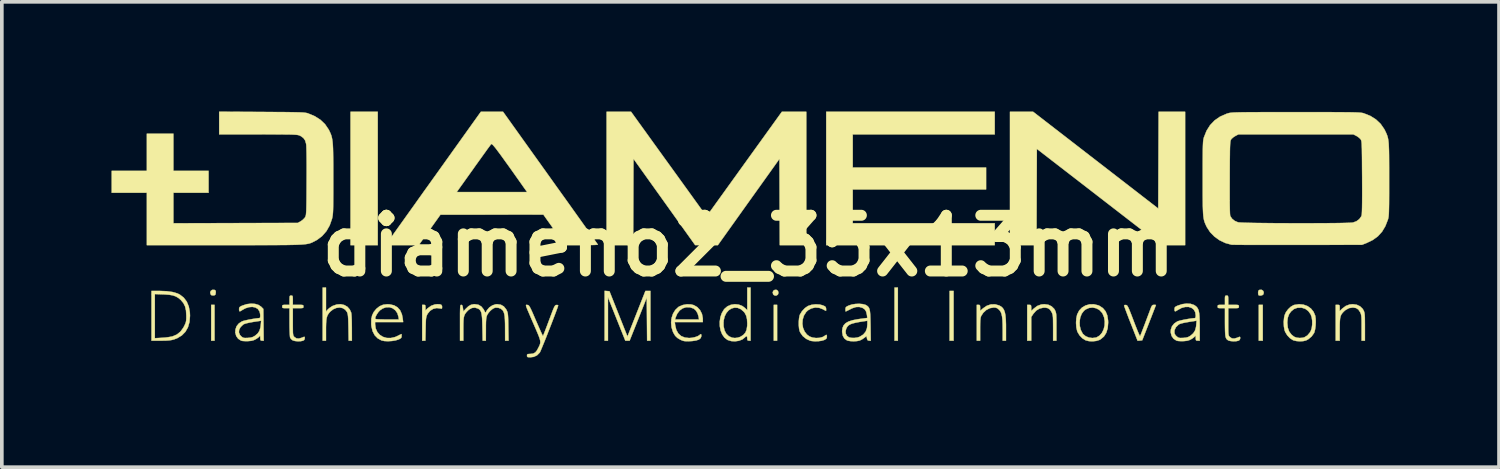
<source format=kicad_pcb>
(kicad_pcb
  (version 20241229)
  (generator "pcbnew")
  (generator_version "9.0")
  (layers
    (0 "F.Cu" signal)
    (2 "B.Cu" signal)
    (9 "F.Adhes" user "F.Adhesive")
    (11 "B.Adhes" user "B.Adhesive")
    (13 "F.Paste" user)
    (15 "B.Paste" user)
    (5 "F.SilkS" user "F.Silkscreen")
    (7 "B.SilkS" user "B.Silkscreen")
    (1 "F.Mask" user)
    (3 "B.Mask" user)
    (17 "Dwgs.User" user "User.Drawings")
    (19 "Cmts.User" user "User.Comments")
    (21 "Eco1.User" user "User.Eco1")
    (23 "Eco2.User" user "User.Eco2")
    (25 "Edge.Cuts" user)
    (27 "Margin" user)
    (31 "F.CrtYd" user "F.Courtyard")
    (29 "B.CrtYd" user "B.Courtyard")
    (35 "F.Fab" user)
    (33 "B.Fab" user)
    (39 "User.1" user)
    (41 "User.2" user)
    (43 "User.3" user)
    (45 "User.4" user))
  (footprint "diameno2_35x13mm"
    (layer "F.Cu")
    (at 17.422 3.672)
    (property "Reference" "diameno2_35x13mm" (at 0 0 0) (layer "F.SilkS") (effects (font (size 1.524 1.524) (thickness 0.3))))
    (attr through_hole)
    (fp_poly (pts (xy -14.605 2.594) (xy -14.696 2.594) (xy -14.696 1.615) (xy -14.605 1.615) (xy -14.605 2.594)) (stroke (width 0.01) (type solid)) (fill yes) (layer "F.SilkS"))
    (fp_poly (pts (xy -10.142 -0.018) (xy -10.886 -0.018) (xy -10.886 -3.665) (xy -10.142 -3.665) (xy -10.142 -0.018)) (stroke (width 0.01) (type solid)) (fill yes) (layer "F.SilkS"))
    (fp_poly (pts (xy 0.78 2.594) (xy 0.689 2.594) (xy 0.689 1.615) (xy 0.78 1.615) (xy 0.78 2.594)) (stroke (width 0.01) (type solid)) (fill yes) (layer "F.SilkS"))
    (fp_poly (pts (xy 4.082 2.594) (xy 3.991 2.594) (xy 3.991 1.143) (xy 4.082 1.143) (xy 4.082 2.594)) (stroke (width 0.01) (type solid)) (fill yes) (layer "F.SilkS"))
    (fp_poly (pts (xy 5.606 2.594) (xy 5.497 2.594) (xy 5.497 1.234) (xy 5.606 1.234) (xy 5.606 2.594)) (stroke (width 0.01) (type solid)) (fill yes) (layer "F.SilkS"))
    (fp_poly (pts (xy 14.061 2.594) (xy 13.952 2.594) (xy 13.952 1.615) (xy 14.061 1.615) (xy 14.061 2.594)) (stroke (width 0.01) (type solid)) (fill yes) (layer "F.SilkS"))
    (fp_poly (pts (xy 0.77 1.206) (xy 0.805 1.237) (xy 0.816 1.288) (xy 0.802 1.332) (xy 0.767 1.358) (xy 0.724 1.362) (xy 0.684 1.342) (xy 0.671 1.324) (xy 0.659 1.272) (xy 0.678 1.228) (xy 0.718 1.205) (xy 0.77 1.206)) (stroke (width 0.01) (type solid)) (fill yes) (layer "F.SilkS"))
    (fp_poly (pts (xy 6.731 -3.048) (xy 2.848 -3.048) (xy 2.848 -2.141) (xy 6.495 -2.141) (xy 6.495 -1.542) (xy 2.848 -1.542) (xy 2.848 -0.617) (xy 6.731 -0.617) (xy 6.731 -0.018) (xy 2.123 -0.018) (xy 2.123 -3.665) (xy 6.731 -3.665) (xy 6.731 -3.048)) (stroke (width 0.01) (type solid)) (fill yes) (layer "F.SilkS"))
    (fp_poly (pts (xy -14.604 1.207) (xy -14.579 1.222) (xy -14.571 1.254) (xy -14.572 1.285) (xy -14.579 1.33) (xy -14.598 1.35) (xy -14.636 1.357) (xy -14.684 1.354) (xy -14.712 1.328) (xy -14.712 1.328) (xy -14.724 1.275) (xy -14.707 1.232) (xy -14.668 1.205) (xy -14.614 1.204) (xy -14.604 1.207)) (stroke (width 0.01) (type solid)) (fill yes) (layer "F.SilkS"))
    (fp_poly (pts (xy 9.492 -2.342) (xy 11.203 -1.019) (xy 11.208 -2.342) (xy 11.213 -3.665) (xy 11.938 -3.665) (xy 11.938 -0.018) (xy 11.29 -0.018) (xy 9.586 -1.335) (xy 7.883 -2.651) (xy 7.878 -1.335) (xy 7.874 -0.018) (xy 7.148 -0.018) (xy 7.148 -3.665) (xy 7.781 -3.665) (xy 9.492 -2.342)) (stroke (width 0.01) (type solid)) (fill yes) (layer "F.SilkS"))
    (fp_poly (pts (xy 14.067 1.226) (xy 14.088 1.268) (xy 14.081 1.319) (xy 14.077 1.327) (xy 14.048 1.35) (xy 14.003 1.361) (xy 13.96 1.357) (xy 13.946 1.349) (xy 13.937 1.324) (xy 13.934 1.28) (xy 13.934 1.277) (xy 13.941 1.23) (xy 13.967 1.208) (xy 13.97 1.206) (xy 14.026 1.203) (xy 14.067 1.226)) (stroke (width 0.01) (type solid)) (fill yes) (layer "F.SilkS"))
    (fp_poly (pts (xy -3.871 1.237) (xy -3.805 1.243) (xy -3.559 1.862) (xy -3.313 2.481) (xy -3.067 1.858) (xy -2.821 1.234) (xy -2.753 1.234) (xy -2.685 1.234) (xy -2.685 2.594) (xy -2.775 2.594) (xy -2.78 2.005) (xy -2.785 1.416) (xy -3.019 2.005) (xy -3.254 2.594) (xy -3.371 2.594) (xy -3.609 2) (xy -3.846 1.406) (xy -3.846 2) (xy -3.846 2.594) (xy -3.937 2.594) (xy -3.937 1.232) (xy -3.871 1.237)) (stroke (width 0.01) (type solid)) (fill yes) (layer "F.SilkS"))
    (fp_poly (pts (xy -3.106 -3.515) (xy -3.079 -3.478) (xy -3.033 -3.413) (xy -2.969 -3.325) (xy -2.889 -3.214) (xy -2.794 -3.083) (xy -2.688 -2.935) (xy -2.571 -2.773) (xy -2.445 -2.598) (xy -2.312 -2.414) (xy -2.173 -2.222) (xy -2.074 -2.085) (xy -1.15 -0.804) (xy -0.12 -2.235) (xy 0.91 -3.665) (xy 1.578 -3.665) (xy 1.578 -0.018) (xy 0.853 -0.018) (xy 0.848 -1.198) (xy 0.844 -2.377) (xy 0.001 -1.198) (xy -0.841 -0.018) (xy -1.151 -0.019) (xy -1.461 -0.019) (xy -2.304 -1.199) (xy -3.148 -2.379) (xy -3.152 -1.199) (xy -3.157 -0.018) (xy -3.883 -0.018) (xy -3.883 -3.665) (xy -3.214 -3.665) (xy -3.106 -3.515)) (stroke (width 0.01) (type solid)) (fill yes) (layer "F.SilkS"))
    (fp_poly (pts (xy -8.442 1.6) (xy -8.402 1.615) (xy -8.385 1.643) (xy -8.382 1.673) (xy -8.385 1.71) (xy -8.401 1.72) (xy -8.432 1.713) (xy -8.53 1.702) (xy -8.625 1.724) (xy -8.709 1.776) (xy -8.776 1.856) (xy -8.785 1.873) (xy -8.8 1.904) (xy -8.811 1.937) (xy -8.819 1.977) (xy -8.825 2.031) (xy -8.828 2.105) (xy -8.831 2.206) (xy -8.832 2.272) (xy -8.839 2.594) (xy -8.926 2.594) (xy -8.926 1.615) (xy -8.881 1.615) (xy -8.852 1.618) (xy -8.839 1.636) (xy -8.836 1.678) (xy -8.836 1.691) (xy -8.836 1.767) (xy -8.777 1.71) (xy -8.684 1.642) (xy -8.58 1.604) (xy -8.511 1.597) (xy -8.442 1.6)) (stroke (width 0.01) (type solid)) (fill yes) (layer "F.SilkS"))
    (fp_poly (pts (xy -11.557 1.799) (xy -11.511 1.745) (xy -11.468 1.705) (xy -11.408 1.664) (xy -11.372 1.643) (xy -11.262 1.605) (xy -11.155 1.597) (xy -11.057 1.619) (xy -10.972 1.667) (xy -10.907 1.741) (xy -10.868 1.828) (xy -10.862 1.868) (xy -10.857 1.936) (xy -10.853 2.027) (xy -10.851 2.133) (xy -10.85 2.245) (xy -10.849 2.594) (xy -10.937 2.594) (xy -10.943 2.236) (xy -10.946 2.107) (xy -10.949 2.009) (xy -10.954 1.937) (xy -10.96 1.884) (xy -10.969 1.846) (xy -10.98 1.817) (xy -10.981 1.813) (xy -11.033 1.745) (xy -11.103 1.703) (xy -11.185 1.687) (xy -11.273 1.699) (xy -11.36 1.736) (xy -11.441 1.8) (xy -11.465 1.827) (xy -11.497 1.87) (xy -11.521 1.914) (xy -11.537 1.966) (xy -11.548 2.032) (xy -11.554 2.118) (xy -11.557 2.23) (xy -11.557 2.309) (xy -11.557 2.594) (xy -11.648 2.594) (xy -11.648 1.143) (xy -11.557 1.143) (xy -11.557 1.799)) (stroke (width 0.01) (type solid)) (fill yes) (layer "F.SilkS"))
    (fp_poly (pts (xy 8.195 1.612) (xy 8.286 1.655) (xy 8.356 1.723) (xy 8.377 1.759) (xy 8.391 1.788) (xy 8.401 1.818) (xy 8.409 1.853) (xy 8.414 1.9) (xy 8.416 1.964) (xy 8.418 2.051) (xy 8.418 2.167) (xy 8.418 2.217) (xy 8.418 2.594) (xy 8.328 2.594) (xy 8.328 2.244) (xy 8.327 2.122) (xy 8.326 2.03) (xy 8.324 1.962) (xy 8.319 1.913) (xy 8.312 1.876) (xy 8.301 1.845) (xy 8.287 1.814) (xy 8.287 1.814) (xy 8.242 1.745) (xy 8.187 1.706) (xy 8.115 1.691) (xy 8.061 1.692) (xy 7.956 1.716) (xy 7.866 1.771) (xy 7.787 1.86) (xy 7.783 1.867) (xy 7.729 1.948) (xy 7.729 2.594) (xy 7.62 2.594) (xy 7.62 1.615) (xy 7.674 1.615) (xy 7.707 1.617) (xy 7.723 1.63) (xy 7.728 1.663) (xy 7.729 1.7) (xy 7.729 1.785) (xy 7.797 1.719) (xy 7.895 1.645) (xy 8.002 1.605) (xy 8.087 1.597) (xy 8.195 1.612)) (stroke (width 0.01) (type solid)) (fill yes) (layer "F.SilkS"))
    (fp_poly (pts (xy 6.85 1.631) (xy 6.851 1.631) (xy 6.906 1.661) (xy 6.949 1.7) (xy 6.982 1.75) (xy 7.007 1.817) (xy 7.024 1.904) (xy 7.034 2.016) (xy 7.039 2.157) (xy 7.039 2.279) (xy 7.039 2.594) (xy 6.949 2.594) (xy 6.949 2.296) (xy 6.947 2.147) (xy 6.942 2.028) (xy 6.932 1.936) (xy 6.917 1.865) (xy 6.896 1.81) (xy 6.867 1.767) (xy 6.848 1.747) (xy 6.803 1.708) (xy 6.757 1.691) (xy 6.705 1.687) (xy 6.599 1.705) (xy 6.502 1.754) (xy 6.418 1.831) (xy 6.361 1.918) (xy 6.35 1.947) (xy 6.342 1.988) (xy 6.336 2.045) (xy 6.333 2.124) (xy 6.332 2.232) (xy 6.332 2.285) (xy 6.332 2.594) (xy 6.241 2.594) (xy 6.241 1.615) (xy 6.286 1.615) (xy 6.314 1.618) (xy 6.328 1.634) (xy 6.332 1.673) (xy 6.332 1.698) (xy 6.332 1.781) (xy 6.412 1.71) (xy 6.515 1.64) (xy 6.626 1.603) (xy 6.739 1.6) (xy 6.85 1.631)) (stroke (width 0.01) (type solid)) (fill yes) (layer "F.SilkS"))
    (fp_poly (pts (xy 16.631 1.612) (xy 16.722 1.655) (xy 16.792 1.723) (xy 16.814 1.759) (xy 16.828 1.788) (xy 16.838 1.818) (xy 16.845 1.853) (xy 16.85 1.9) (xy 16.853 1.964) (xy 16.854 2.051) (xy 16.855 2.167) (xy 16.855 2.217) (xy 16.855 2.594) (xy 16.764 2.594) (xy 16.764 2.244) (xy 16.764 2.122) (xy 16.763 2.03) (xy 16.76 1.962) (xy 16.755 1.913) (xy 16.748 1.876) (xy 16.738 1.845) (xy 16.724 1.814) (xy 16.723 1.814) (xy 16.675 1.742) (xy 16.613 1.702) (xy 16.532 1.688) (xy 16.523 1.688) (xy 16.42 1.704) (xy 16.325 1.756) (xy 16.277 1.798) (xy 16.239 1.839) (xy 16.21 1.879) (xy 16.19 1.924) (xy 16.177 1.98) (xy 16.17 2.054) (xy 16.166 2.151) (xy 16.165 2.279) (xy 16.165 2.285) (xy 16.165 2.594) (xy 16.056 2.594) (xy 16.056 1.615) (xy 16.111 1.615) (xy 16.144 1.617) (xy 16.16 1.63) (xy 16.165 1.663) (xy 16.165 1.7) (xy 16.165 1.785) (xy 16.233 1.719) (xy 16.331 1.645) (xy 16.438 1.605) (xy 16.524 1.597) (xy 16.631 1.612)) (stroke (width 0.01) (type solid)) (fill yes) (layer "F.SilkS"))
    (fp_poly (pts (xy 11.125 1.616) (xy 11.14 1.619) (xy 11.133 1.637) (xy 11.115 1.684) (xy 11.087 1.756) (xy 11.051 1.849) (xy 11.009 1.958) (xy 10.961 2.08) (xy 10.952 2.105) (xy 10.764 2.585) (xy 10.701 2.591) (xy 10.638 2.596) (xy 10.454 2.127) (xy 10.405 2.004) (xy 10.362 1.891) (xy 10.325 1.793) (xy 10.296 1.715) (xy 10.277 1.661) (xy 10.269 1.636) (xy 10.269 1.635) (xy 10.284 1.619) (xy 10.318 1.618) (xy 10.333 1.622) (xy 10.348 1.631) (xy 10.363 1.649) (xy 10.381 1.682) (xy 10.404 1.731) (xy 10.433 1.803) (xy 10.471 1.899) (xy 10.519 2.025) (xy 10.53 2.054) (xy 10.575 2.171) (xy 10.616 2.274) (xy 10.651 2.36) (xy 10.679 2.424) (xy 10.698 2.463) (xy 10.705 2.472) (xy 10.715 2.451) (xy 10.735 2.402) (xy 10.763 2.33) (xy 10.798 2.239) (xy 10.838 2.135) (xy 10.849 2.105) (xy 10.891 1.994) (xy 10.93 1.89) (xy 10.964 1.8) (xy 10.99 1.731) (xy 11.006 1.687) (xy 11.008 1.683) (xy 11.031 1.637) (xy 11.057 1.618) (xy 11.087 1.615) (xy 11.125 1.616)) (stroke (width 0.01) (type solid)) (fill yes) (layer "F.SilkS"))
    (fp_poly (pts (xy -16.106 1.234) (xy -15.913 1.242) (xy -15.752 1.264) (xy -15.624 1.301) (xy -15.557 1.333) (xy -15.448 1.417) (xy -15.366 1.525) (xy -15.31 1.658) (xy -15.281 1.814) (xy -15.276 1.913) (xy -15.29 2.082) (xy -15.332 2.228) (xy -15.402 2.351) (xy -15.499 2.45) (xy -15.624 2.526) (xy -15.716 2.561) (xy -15.775 2.576) (xy -15.843 2.586) (xy -15.927 2.592) (xy -16.036 2.594) (xy -16.076 2.594) (xy -16.329 2.594) (xy -16.329 2.527) (xy -16.238 2.527) (xy -16.043 2.516) (xy -15.95 2.509) (xy -15.86 2.497) (xy -15.785 2.484) (xy -15.753 2.477) (xy -15.635 2.426) (xy -15.538 2.348) (xy -15.459 2.241) (xy -15.44 2.205) (xy -15.41 2.144) (xy -15.391 2.095) (xy -15.381 2.046) (xy -15.377 1.985) (xy -15.377 1.907) (xy -15.385 1.77) (xy -15.41 1.66) (xy -15.456 1.567) (xy -15.524 1.485) (xy -15.527 1.482) (xy -15.593 1.426) (xy -15.663 1.385) (xy -15.744 1.356) (xy -15.845 1.339) (xy -15.972 1.329) (xy -16.007 1.328) (xy -16.238 1.32) (xy -16.238 2.527) (xy -16.329 2.527) (xy -16.329 1.234) (xy -16.106 1.234)) (stroke (width 0.01) (type solid)) (fill yes) (layer "F.SilkS"))
    (fp_poly (pts (xy 1.946 1.607) (xy 2.023 1.627) (xy 2.077 1.65) (xy 2.105 1.671) (xy 2.117 1.701) (xy 2.119 1.719) (xy 2.121 1.759) (xy 2.117 1.778) (xy 2.117 1.778) (xy 2.097 1.77) (xy 2.058 1.749) (xy 2.029 1.733) (xy 1.928 1.695) (xy 1.821 1.688) (xy 1.717 1.712) (xy 1.624 1.764) (xy 1.573 1.813) (xy 1.512 1.91) (xy 1.479 2.018) (xy 1.471 2.131) (xy 1.488 2.241) (xy 1.53 2.342) (xy 1.594 2.426) (xy 1.669 2.481) (xy 1.75 2.51) (xy 1.845 2.522) (xy 1.94 2.517) (xy 2.023 2.495) (xy 2.066 2.472) (xy 2.11 2.441) (xy 2.132 2.435) (xy 2.14 2.455) (xy 2.141 2.486) (xy 2.136 2.523) (xy 2.115 2.549) (xy 2.07 2.574) (xy 2.064 2.577) (xy 1.996 2.597) (xy 1.907 2.609) (xy 1.812 2.611) (xy 1.727 2.604) (xy 1.687 2.596) (xy 1.576 2.545) (xy 1.483 2.47) (xy 1.415 2.376) (xy 1.394 2.328) (xy 1.38 2.26) (xy 1.372 2.172) (xy 1.372 2.075) (xy 1.38 1.983) (xy 1.394 1.908) (xy 1.403 1.883) (xy 1.461 1.788) (xy 1.54 1.704) (xy 1.622 1.647) (xy 1.72 1.614) (xy 1.833 1.6) (xy 1.946 1.607)) (stroke (width 0.01) (type solid)) (fill yes) (layer "F.SilkS"))
    (fp_poly (pts (xy 9.56 1.627) (xy 9.591 1.64) (xy 9.689 1.704) (xy 9.762 1.791) (xy 9.809 1.903) (xy 9.831 2.041) (xy 9.833 2.104) (xy 9.82 2.254) (xy 9.781 2.38) (xy 9.717 2.481) (xy 9.627 2.556) (xy 9.592 2.575) (xy 9.509 2.601) (xy 9.409 2.612) (xy 9.308 2.607) (xy 9.222 2.586) (xy 9.217 2.584) (xy 9.128 2.529) (xy 9.051 2.449) (xy 8.995 2.356) (xy 8.986 2.333) (xy 8.963 2.229) (xy 8.955 2.109) (xy 8.957 2.073) (xy 9.052 2.073) (xy 9.057 2.19) (xy 9.084 2.301) (xy 9.135 2.399) (xy 9.148 2.415) (xy 9.216 2.472) (xy 9.305 2.509) (xy 9.402 2.522) (xy 9.498 2.51) (xy 9.519 2.503) (xy 9.6 2.454) (xy 9.664 2.379) (xy 9.71 2.284) (xy 9.736 2.178) (xy 9.74 2.066) (xy 9.722 1.956) (xy 9.68 1.854) (xy 9.665 1.831) (xy 9.594 1.755) (xy 9.506 1.708) (xy 9.41 1.688) (xy 9.311 1.699) (xy 9.219 1.739) (xy 9.173 1.775) (xy 9.111 1.856) (xy 9.07 1.959) (xy 9.052 2.073) (xy 8.957 2.073) (xy 8.962 1.988) (xy 8.984 1.883) (xy 8.987 1.875) (xy 9.04 1.771) (xy 9.118 1.689) (xy 9.215 1.632) (xy 9.325 1.601) (xy 9.442 1.599) (xy 9.56 1.627)) (stroke (width 0.01) (type solid)) (fill yes) (layer "F.SilkS"))
    (fp_poly (pts (xy -1.575 1.603) (xy -1.5 1.622) (xy -1.403 1.677) (xy -1.328 1.759) (xy -1.276 1.861) (xy -1.253 1.977) (xy -1.252 2.007) (xy -1.252 2.086) (xy -2.019 2.086) (xy -2.006 2.18) (xy -1.976 2.303) (xy -1.921 2.399) (xy -1.844 2.468) (xy -1.743 2.509) (xy -1.628 2.522) (xy -1.549 2.516) (xy -1.469 2.499) (xy -1.399 2.475) (xy -1.35 2.448) (xy -1.341 2.439) (xy -1.312 2.415) (xy -1.295 2.424) (xy -1.291 2.466) (xy -1.292 2.472) (xy -1.311 2.524) (xy -1.358 2.563) (xy -1.435 2.589) (xy -1.544 2.605) (xy -1.606 2.608) (xy -1.689 2.61) (xy -1.749 2.607) (xy -1.796 2.597) (xy -1.843 2.578) (xy -1.86 2.571) (xy -1.946 2.52) (xy -2.008 2.46) (xy -2.057 2.378) (xy -2.069 2.352) (xy -2.108 2.227) (xy -2.119 2.098) (xy -2.11 2.014) (xy -2.011 2.014) (xy -1.356 2.014) (xy -1.368 1.938) (xy -1.394 1.85) (xy -1.437 1.775) (xy -1.492 1.723) (xy -1.503 1.716) (xy -1.607 1.681) (xy -1.708 1.68) (xy -1.803 1.71) (xy -1.886 1.77) (xy -1.952 1.857) (xy -1.997 1.963) (xy -2.011 2.014) (xy -2.11 2.014) (xy -2.105 1.972) (xy -2.066 1.855) (xy -2.004 1.754) (xy -1.921 1.675) (xy -1.897 1.66) (xy -1.798 1.619) (xy -1.686 1.599) (xy -1.575 1.603)) (stroke (width 0.01) (type solid)) (fill yes) (layer "F.SilkS"))
    (fp_poly (pts (xy 0.054 2.594) (xy 0.009 2.594) (xy -0.022 2.59) (xy -0.034 2.568) (xy -0.036 2.531) (xy -0.041 2.483) (xy -0.057 2.47) (xy -0.086 2.49) (xy -0.102 2.506) (xy -0.172 2.561) (xy -0.265 2.597) (xy -0.368 2.612) (xy -0.473 2.606) (xy -0.569 2.577) (xy -0.582 2.57) (xy -0.661 2.509) (xy -0.722 2.423) (xy -0.765 2.317) (xy -0.787 2.2) (xy -0.79 2.077) (xy -0.788 2.067) (xy -0.685 2.067) (xy -0.684 2.199) (xy -0.659 2.312) (xy -0.611 2.404) (xy -0.542 2.472) (xy -0.455 2.512) (xy -0.376 2.522) (xy -0.3 2.513) (xy -0.229 2.491) (xy -0.222 2.487) (xy -0.142 2.436) (xy -0.087 2.374) (xy -0.054 2.294) (xy -0.038 2.19) (xy -0.036 2.123) (xy -0.043 2.006) (xy -0.065 1.913) (xy -0.104 1.837) (xy -0.132 1.802) (xy -0.212 1.733) (xy -0.298 1.697) (xy -0.384 1.691) (xy -0.468 1.714) (xy -0.544 1.763) (xy -0.608 1.837) (xy -0.656 1.933) (xy -0.683 2.049) (xy -0.685 2.067) (xy -0.788 2.067) (xy -0.772 1.954) (xy -0.732 1.839) (xy -0.671 1.738) (xy -0.661 1.726) (xy -0.58 1.656) (xy -0.482 1.613) (xy -0.375 1.597) (xy -0.268 1.609) (xy -0.168 1.648) (xy -0.1 1.7) (xy -0.036 1.762) (xy -0.036 1.143) (xy 0.054 1.143) (xy 0.054 2.594)) (stroke (width 0.01) (type solid)) (fill yes) (layer "F.SilkS"))
    (fp_poly (pts (xy 15.174 1.609) (xy 15.285 1.649) (xy 15.379 1.716) (xy 15.451 1.806) (xy 15.496 1.912) (xy 15.508 1.99) (xy 15.511 2.085) (xy 15.506 2.187) (xy 15.493 2.283) (xy 15.474 2.36) (xy 15.462 2.388) (xy 15.397 2.479) (xy 15.309 2.553) (xy 15.245 2.588) (xy 15.171 2.606) (xy 15.079 2.612) (xy 14.985 2.605) (xy 14.903 2.586) (xy 14.885 2.578) (xy 14.804 2.525) (xy 14.731 2.448) (xy 14.676 2.358) (xy 14.657 2.308) (xy 14.639 2.204) (xy 14.635 2.105) (xy 14.732 2.105) (xy 14.745 2.238) (xy 14.784 2.347) (xy 14.851 2.434) (xy 14.922 2.488) (xy 14.987 2.512) (xy 15.07 2.521) (xy 15.154 2.515) (xy 15.198 2.503) (xy 15.281 2.452) (xy 15.352 2.368) (xy 15.373 2.331) (xy 15.4 2.253) (xy 15.413 2.155) (xy 15.413 2.05) (xy 15.399 1.952) (xy 15.371 1.874) (xy 15.306 1.784) (xy 15.222 1.722) (xy 15.123 1.692) (xy 15.114 1.692) (xy 15.006 1.695) (xy 14.915 1.729) (xy 14.835 1.795) (xy 14.834 1.796) (xy 14.778 1.876) (xy 14.745 1.968) (xy 14.732 2.081) (xy 14.732 2.105) (xy 14.635 2.105) (xy 14.634 2.085) (xy 14.644 1.968) (xy 14.659 1.897) (xy 14.696 1.814) (xy 14.755 1.735) (xy 14.826 1.668) (xy 14.901 1.624) (xy 14.922 1.617) (xy 15.052 1.597) (xy 15.174 1.609)) (stroke (width 0.01) (type solid)) (fill yes) (layer "F.SilkS"))
    (fp_poly (pts (xy -12.486 1.363) (xy -12.472 1.373) (xy -12.466 1.401) (xy -12.464 1.454) (xy -12.464 1.488) (xy -12.464 1.615) (xy -12.319 1.615) (xy -12.247 1.615) (xy -12.204 1.618) (xy -12.182 1.626) (xy -12.175 1.641) (xy -12.174 1.66) (xy -12.175 1.683) (xy -12.185 1.696) (xy -12.21 1.703) (xy -12.258 1.705) (xy -12.319 1.705) (xy -12.464 1.705) (xy -12.464 2.078) (xy -12.464 2.203) (xy -12.463 2.297) (xy -12.462 2.366) (xy -12.458 2.413) (xy -12.452 2.445) (xy -12.444 2.466) (xy -12.432 2.482) (xy -12.42 2.495) (xy -12.365 2.531) (xy -12.3 2.537) (xy -12.219 2.514) (xy -12.216 2.513) (xy -12.169 2.493) (xy -12.145 2.489) (xy -12.138 2.502) (xy -12.138 2.531) (xy -12.151 2.573) (xy -12.184 2.595) (xy -12.247 2.608) (xy -12.325 2.611) (xy -12.403 2.604) (xy -12.463 2.587) (xy -12.47 2.584) (xy -12.512 2.549) (xy -12.538 2.511) (xy -12.543 2.479) (xy -12.547 2.418) (xy -12.551 2.332) (xy -12.554 2.229) (xy -12.555 2.114) (xy -12.555 2.085) (xy -12.555 1.705) (xy -12.655 1.705) (xy -12.712 1.704) (xy -12.742 1.698) (xy -12.753 1.683) (xy -12.754 1.66) (xy -12.752 1.634) (xy -12.738 1.621) (xy -12.704 1.615) (xy -12.655 1.615) (xy -12.555 1.615) (xy -12.555 1.488) (xy -12.554 1.421) (xy -12.55 1.383) (xy -12.54 1.366) (xy -12.522 1.361) (xy -12.509 1.361) (xy -12.486 1.363)) (stroke (width 0.01) (type solid)) (fill yes) (layer "F.SilkS"))
    (fp_poly (pts (xy -9.812 1.602) (xy -9.696 1.628) (xy -9.601 1.683) (xy -9.529 1.766) (xy -9.481 1.875) (xy -9.46 1.982) (xy -9.447 2.086) (xy -10.214 2.086) (xy -10.214 2.145) (xy -10.198 2.261) (xy -10.154 2.358) (xy -10.086 2.435) (xy -9.999 2.49) (xy -9.897 2.52) (xy -9.785 2.522) (xy -9.667 2.495) (xy -9.605 2.468) (xy -9.55 2.44) (xy -9.51 2.421) (xy -9.493 2.413) (xy -9.49 2.429) (xy -9.489 2.467) (xy -9.489 2.468) (xy -9.493 2.503) (xy -9.511 2.528) (xy -9.552 2.552) (xy -9.575 2.562) (xy -9.654 2.587) (xy -9.753 2.603) (xy -9.858 2.609) (xy -9.956 2.605) (xy -10.034 2.589) (xy -10.04 2.587) (xy -10.143 2.53) (xy -10.225 2.446) (xy -10.282 2.337) (xy -10.314 2.205) (xy -10.32 2.148) (xy -10.318 2.014) (xy -10.314 1.991) (xy -10.214 1.991) (xy -10.205 2) (xy -10.177 2.006) (xy -10.124 2.01) (xy -10.044 2.013) (xy -9.933 2.014) (xy -9.889 2.014) (xy -9.564 2.014) (xy -9.574 1.946) (xy -9.605 1.843) (xy -9.661 1.763) (xy -9.734 1.708) (xy -9.82 1.68) (xy -9.913 1.681) (xy -10.007 1.714) (xy -10.081 1.765) (xy -10.128 1.816) (xy -10.17 1.879) (xy -10.202 1.941) (xy -10.214 1.991) (xy -10.314 1.991) (xy -10.296 1.904) (xy -10.251 1.81) (xy -10.18 1.724) (xy -10.091 1.653) (xy -9.994 1.612) (xy -9.881 1.598) (xy -9.812 1.602)) (stroke (width 0.01) (type solid)) (fill yes) (layer "F.SilkS"))
    (fp_poly (pts (xy 13.096 1.363) (xy 13.109 1.373) (xy 13.115 1.401) (xy 13.117 1.454) (xy 13.117 1.488) (xy 13.117 1.615) (xy 13.262 1.615) (xy 13.334 1.615) (xy 13.378 1.618) (xy 13.399 1.626) (xy 13.407 1.641) (xy 13.408 1.66) (xy 13.406 1.683) (xy 13.396 1.696) (xy 13.371 1.703) (xy 13.324 1.705) (xy 13.262 1.705) (xy 13.117 1.705) (xy 13.117 2.078) (xy 13.117 2.203) (xy 13.118 2.297) (xy 13.12 2.366) (xy 13.123 2.413) (xy 13.129 2.445) (xy 13.137 2.466) (xy 13.149 2.482) (xy 13.162 2.495) (xy 13.216 2.531) (xy 13.281 2.537) (xy 13.363 2.514) (xy 13.365 2.513) (xy 13.413 2.493) (xy 13.436 2.489) (xy 13.443 2.502) (xy 13.444 2.531) (xy 13.431 2.573) (xy 13.397 2.595) (xy 13.338 2.608) (xy 13.264 2.611) (xy 13.19 2.606) (xy 13.132 2.593) (xy 13.119 2.587) (xy 13.091 2.569) (xy 13.069 2.547) (xy 13.053 2.516) (xy 13.041 2.472) (xy 13.034 2.41) (xy 13.03 2.326) (xy 13.028 2.213) (xy 13.027 2.091) (xy 13.027 1.705) (xy 12.927 1.705) (xy 12.87 1.704) (xy 12.84 1.698) (xy 12.829 1.683) (xy 12.827 1.66) (xy 12.83 1.634) (xy 12.843 1.621) (xy 12.877 1.615) (xy 12.927 1.615) (xy 13.027 1.615) (xy 13.027 1.488) (xy 13.027 1.421) (xy 13.031 1.383) (xy 13.041 1.366) (xy 13.06 1.361) (xy 13.072 1.361) (xy 13.096 1.363)) (stroke (width 0.01) (type solid)) (fill yes) (layer "F.SilkS"))
    (fp_poly (pts (xy -5.421 -1.856) (xy -5.258 -1.627) (xy -5.1 -1.407) (xy -4.949 -1.196) (xy -4.807 -0.997) (xy -4.675 -0.812) (xy -4.554 -0.642) (xy -4.445 -0.489) (xy -4.349 -0.355) (xy -4.269 -0.242) (xy -4.205 -0.151) (xy -4.158 -0.085) (xy -4.13 -0.045) (xy -4.121 -0.033) (xy -4.137 -0.029) (xy -4.184 -0.025) (xy -4.258 -0.022) (xy -4.354 -0.02) (xy -4.467 -0.018) (xy -4.566 -0.018) (xy -5.017 -0.018) (xy -5.315 -0.435) (xy -5.612 -0.853) (xy -7.02 -0.852) (xy -8.427 -0.851) (xy -8.724 -0.435) (xy -9.021 -0.018) (xy -9.925 -0.018) (xy -9.884 -0.079) (xy -9.868 -0.101) (xy -9.833 -0.151) (xy -9.779 -0.227) (xy -9.708 -0.326) (xy -9.621 -0.448) (xy -9.52 -0.589) (xy -9.406 -0.749) (xy -9.28 -0.925) (xy -9.144 -1.115) (xy -9 -1.318) (xy -8.891 -1.47) (xy -7.982 -1.47) (xy -6.057 -1.47) (xy -6.145 -1.593) (xy -6.3 -1.813) (xy -6.436 -2.005) (xy -6.554 -2.171) (xy -6.656 -2.312) (xy -6.741 -2.431) (xy -6.813 -2.529) (xy -6.872 -2.608) (xy -6.919 -2.67) (xy -6.957 -2.716) (xy -6.986 -2.749) (xy -7.007 -2.77) (xy -7.023 -2.781) (xy -7.034 -2.784) (xy -7.041 -2.78) (xy -7.041 -2.779) (xy -7.058 -2.758) (xy -7.093 -2.711) (xy -7.145 -2.641) (xy -7.21 -2.55) (xy -7.287 -2.443) (xy -7.374 -2.322) (xy -7.468 -2.191) (xy -7.526 -2.109) (xy -7.982 -1.47) (xy -8.891 -1.47) (xy -8.847 -1.532) (xy -8.688 -1.754) (xy -8.582 -1.902) (xy -7.322 -3.665) (xy -6.715 -3.665) (xy -5.421 -1.856)) (stroke (width 0.01) (type solid)) (fill yes) (layer "F.SilkS"))
    (fp_poly (pts (xy -6.056 1.617) (xy -6.048 1.618) (xy -6.031 1.621) (xy -6.016 1.63) (xy -5.999 1.648) (xy -5.98 1.68) (xy -5.955 1.728) (xy -5.923 1.797) (xy -5.882 1.891) (xy -5.829 2.014) (xy -5.815 2.046) (xy -5.765 2.16) (xy -5.72 2.263) (xy -5.681 2.35) (xy -5.651 2.415) (xy -5.631 2.456) (xy -5.624 2.467) (xy -5.616 2.451) (xy -5.597 2.405) (xy -5.569 2.334) (xy -5.534 2.243) (xy -5.494 2.136) (xy -5.46 2.045) (xy -5.411 1.915) (xy -5.373 1.814) (xy -5.344 1.739) (xy -5.321 1.687) (xy -5.303 1.653) (xy -5.288 1.632) (xy -5.273 1.622) (xy -5.258 1.618) (xy -5.256 1.618) (xy -5.22 1.62) (xy -5.207 1.63) (xy -5.213 1.654) (xy -5.232 1.708) (xy -5.26 1.785) (xy -5.296 1.882) (xy -5.339 1.994) (xy -5.386 2.117) (xy -5.436 2.245) (xy -5.487 2.375) (xy -5.536 2.501) (xy -5.583 2.618) (xy -5.626 2.723) (xy -5.662 2.81) (xy -5.689 2.875) (xy -5.707 2.913) (xy -5.711 2.92) (xy -5.786 2.995) (xy -5.876 3.037) (xy -5.963 3.048) (xy -6.019 3.047) (xy -6.048 3.04) (xy -6.058 3.024) (xy -6.06 3.003) (xy -6.057 2.975) (xy -6.041 2.962) (xy -6.003 2.958) (xy -5.973 2.957) (xy -5.895 2.949) (xy -5.837 2.919) (xy -5.789 2.863) (xy -5.763 2.815) (xy -5.735 2.761) (xy -5.714 2.717) (xy -5.701 2.677) (xy -5.696 2.638) (xy -5.699 2.594) (xy -5.713 2.54) (xy -5.737 2.472) (xy -5.773 2.384) (xy -5.821 2.272) (xy -5.878 2.141) (xy -5.942 1.994) (xy -5.992 1.877) (xy -6.031 1.786) (xy -6.059 1.719) (xy -6.077 1.672) (xy -6.086 1.641) (xy -6.087 1.623) (xy -6.082 1.616) (xy -6.071 1.615) (xy -6.056 1.617)) (stroke (width 0.01) (type solid)) (fill yes) (layer "F.SilkS"))
    (fp_poly (pts (xy 3.119 1.594) (xy 3.192 1.613) (xy 3.206 1.62) (xy 3.243 1.642) (xy 3.271 1.667) (xy 3.293 1.699) (xy 3.309 1.743) (xy 3.32 1.804) (xy 3.327 1.886) (xy 3.331 1.993) (xy 3.334 2.131) (xy 3.335 2.182) (xy 3.341 2.594) (xy 3.295 2.594) (xy 3.262 2.588) (xy 3.245 2.562) (xy 3.237 2.532) (xy 3.226 2.469) (xy 3.159 2.52) (xy 3.103 2.558) (xy 3.046 2.587) (xy 3.032 2.592) (xy 2.961 2.606) (xy 2.875 2.611) (xy 2.787 2.607) (xy 2.713 2.594) (xy 2.69 2.586) (xy 2.622 2.537) (xy 2.578 2.463) (xy 2.559 2.365) (xy 2.558 2.339) (xy 2.559 2.326) (xy 2.652 2.326) (xy 2.657 2.4) (xy 2.688 2.461) (xy 2.743 2.503) (xy 2.746 2.504) (xy 2.813 2.518) (xy 2.896 2.519) (xy 2.98 2.507) (xy 3.039 2.487) (xy 3.135 2.427) (xy 3.201 2.349) (xy 3.238 2.25) (xy 3.248 2.149) (xy 3.248 2.05) (xy 3.17 2.061) (xy 3.03 2.083) (xy 2.922 2.104) (xy 2.839 2.125) (xy 2.778 2.148) (xy 2.734 2.175) (xy 2.702 2.209) (xy 2.676 2.25) (xy 2.676 2.25) (xy 2.652 2.326) (xy 2.559 2.326) (xy 2.568 2.249) (xy 2.598 2.177) (xy 2.651 2.118) (xy 2.731 2.072) (xy 2.841 2.036) (xy 2.982 2.009) (xy 3.028 2.002) (xy 3.246 1.973) (xy 3.236 1.889) (xy 3.215 1.8) (xy 3.177 1.738) (xy 3.117 1.698) (xy 3.111 1.695) (xy 3.024 1.671) (xy 2.935 1.675) (xy 2.837 1.707) (xy 2.784 1.733) (xy 2.725 1.763) (xy 2.679 1.785) (xy 2.656 1.796) (xy 2.655 1.796) (xy 2.651 1.78) (xy 2.649 1.741) (xy 2.649 1.735) (xy 2.652 1.699) (xy 2.666 1.674) (xy 2.7 1.652) (xy 2.744 1.632) (xy 2.827 1.605) (xy 2.924 1.59) (xy 3.026 1.586) (xy 3.119 1.594)) (stroke (width 0.01) (type solid)) (fill yes) (layer "F.SilkS"))
    (fp_poly (pts (xy -13.497 1.589) (xy -13.401 1.618) (xy -13.327 1.668) (xy -13.324 1.672) (xy -13.271 1.726) (xy -13.261 2.594) (xy -13.307 2.594) (xy -13.336 2.591) (xy -13.35 2.574) (xy -13.354 2.532) (xy -13.354 2.517) (xy -13.356 2.472) (xy -13.362 2.459) (xy -13.373 2.472) (xy -13.398 2.499) (xy -13.444 2.533) (xy -13.474 2.552) (xy -13.531 2.58) (xy -13.59 2.597) (xy -13.666 2.605) (xy -13.696 2.607) (xy -13.769 2.607) (xy -13.834 2.603) (xy -13.877 2.594) (xy -13.879 2.593) (xy -13.959 2.541) (xy -14.012 2.467) (xy -14.037 2.375) (xy -14.037 2.367) (xy -13.939 2.367) (xy -13.912 2.435) (xy -13.879 2.473) (xy -13.844 2.501) (xy -13.813 2.516) (xy -13.771 2.521) (xy -13.708 2.519) (xy -13.696 2.519) (xy -13.619 2.511) (xy -13.563 2.496) (xy -13.511 2.468) (xy -13.495 2.458) (xy -13.423 2.396) (xy -13.377 2.324) (xy -13.35 2.234) (xy -13.341 2.169) (xy -13.33 2.049) (xy -13.409 2.061) (xy -13.549 2.082) (xy -13.656 2.102) (xy -13.735 2.12) (xy -13.789 2.137) (xy -13.822 2.154) (xy -13.823 2.155) (xy -13.893 2.223) (xy -13.932 2.295) (xy -13.939 2.367) (xy -14.037 2.367) (xy -14.034 2.294) (xy -14.003 2.201) (xy -13.941 2.124) (xy -13.852 2.066) (xy -13.849 2.065) (xy -13.805 2.051) (xy -13.734 2.034) (xy -13.649 2.016) (xy -13.558 2) (xy -13.472 1.987) (xy -13.403 1.979) (xy -13.376 1.978) (xy -13.36 1.962) (xy -13.354 1.921) (xy -13.358 1.867) (xy -13.371 1.808) (xy -13.38 1.786) (xy -13.423 1.725) (xy -13.49 1.686) (xy -13.572 1.67) (xy -13.666 1.678) (xy -13.764 1.71) (xy -13.843 1.754) (xy -13.892 1.785) (xy -13.92 1.792) (xy -13.931 1.775) (xy -13.934 1.735) (xy -13.931 1.698) (xy -13.916 1.674) (xy -13.882 1.652) (xy -13.841 1.634) (xy -13.725 1.596) (xy -13.608 1.582) (xy -13.497 1.589)) (stroke (width 0.01) (type solid)) (fill yes) (layer "F.SilkS"))
    (fp_poly (pts (xy -6.775 1.612) (xy -6.694 1.658) (xy -6.631 1.736) (xy -6.622 1.752) (xy -6.607 1.784) (xy -6.595 1.814) (xy -6.587 1.848) (xy -6.581 1.894) (xy -6.577 1.955) (xy -6.574 2.038) (xy -6.572 2.149) (xy -6.571 2.217) (xy -6.565 2.594) (xy -6.658 2.594) (xy -6.659 2.272) (xy -6.66 2.13) (xy -6.664 2.018) (xy -6.67 1.932) (xy -6.681 1.866) (xy -6.696 1.816) (xy -6.716 1.777) (xy -6.727 1.761) (xy -6.778 1.719) (xy -6.847 1.694) (xy -6.92 1.691) (xy -6.937 1.694) (xy -6.996 1.722) (xy -7.059 1.773) (xy -7.115 1.837) (xy -7.151 1.896) (xy -7.163 1.929) (xy -7.172 1.968) (xy -7.178 2.019) (xy -7.182 2.089) (xy -7.184 2.185) (xy -7.184 2.281) (xy -7.185 2.594) (xy -7.272 2.594) (xy -7.279 2.236) (xy -7.283 2.091) (xy -7.288 1.978) (xy -7.297 1.891) (xy -7.31 1.827) (xy -7.329 1.781) (xy -7.353 1.748) (xy -7.385 1.724) (xy -7.4 1.716) (xy -7.484 1.69) (xy -7.567 1.7) (xy -7.649 1.746) (xy -7.695 1.79) (xy -7.731 1.831) (xy -7.758 1.871) (xy -7.777 1.915) (xy -7.79 1.969) (xy -7.797 2.04) (xy -7.8 2.133) (xy -7.801 2.256) (xy -7.801 2.276) (xy -7.801 2.594) (xy -7.892 2.594) (xy -7.892 2.105) (xy -7.892 1.959) (xy -7.892 1.845) (xy -7.89 1.759) (xy -7.888 1.698) (xy -7.885 1.657) (xy -7.88 1.632) (xy -7.873 1.62) (xy -7.864 1.615) (xy -7.858 1.615) (xy -7.836 1.622) (xy -7.822 1.65) (xy -7.812 1.705) (xy -7.8 1.795) (xy -7.734 1.722) (xy -7.661 1.653) (xy -7.591 1.613) (xy -7.513 1.597) (xy -7.489 1.597) (xy -7.39 1.612) (xy -7.309 1.66) (xy -7.247 1.738) (xy -7.241 1.749) (xy -7.197 1.834) (xy -7.154 1.761) (xy -7.09 1.685) (xy -7.005 1.629) (xy -6.912 1.599) (xy -6.874 1.597) (xy -6.775 1.612)) (stroke (width 0.01) (type solid)) (fill yes) (layer "F.SilkS"))
    (fp_poly (pts (xy 12.088 1.587) (xy 12.182 1.618) (xy 12.239 1.657) (xy 12.269 1.69) (xy 12.292 1.728) (xy 12.31 1.778) (xy 12.322 1.843) (xy 12.33 1.928) (xy 12.335 2.038) (xy 12.337 2.177) (xy 12.337 2.252) (xy 12.337 2.594) (xy 12.283 2.594) (xy 12.249 2.592) (xy 12.233 2.577) (xy 12.228 2.54) (xy 12.228 2.517) (xy 12.226 2.472) (xy 12.22 2.459) (xy 12.209 2.472) (xy 12.183 2.499) (xy 12.138 2.533) (xy 12.107 2.552) (xy 12.051 2.58) (xy 11.991 2.597) (xy 11.915 2.605) (xy 11.886 2.607) (xy 11.812 2.607) (xy 11.747 2.603) (xy 11.705 2.594) (xy 11.702 2.593) (xy 11.622 2.541) (xy 11.569 2.467) (xy 11.545 2.375) (xy 11.545 2.351) (xy 11.644 2.351) (xy 11.651 2.405) (xy 11.677 2.448) (xy 11.703 2.473) (xy 11.737 2.501) (xy 11.769 2.516) (xy 11.81 2.521) (xy 11.873 2.519) (xy 11.885 2.519) (xy 11.962 2.511) (xy 12.019 2.496) (xy 12.07 2.468) (xy 12.086 2.458) (xy 12.161 2.392) (xy 12.21 2.315) (xy 12.236 2.219) (xy 12.242 2.167) (xy 12.251 2.049) (xy 12.172 2.061) (xy 12.032 2.083) (xy 11.925 2.102) (xy 11.846 2.12) (xy 11.792 2.137) (xy 11.759 2.154) (xy 11.759 2.155) (xy 11.686 2.226) (xy 11.649 2.305) (xy 11.644 2.351) (xy 11.545 2.351) (xy 11.547 2.294) (xy 11.579 2.201) (xy 11.641 2.124) (xy 11.729 2.066) (xy 11.732 2.065) (xy 11.777 2.051) (xy 11.847 2.034) (xy 11.933 2.016) (xy 12.024 2) (xy 12.109 1.987) (xy 12.179 1.979) (xy 12.206 1.978) (xy 12.222 1.961) (xy 12.228 1.913) (xy 12.228 1.904) (xy 12.214 1.813) (xy 12.173 1.743) (xy 12.111 1.696) (xy 12.032 1.671) (xy 11.94 1.672) (xy 11.84 1.699) (xy 11.739 1.754) (xy 11.689 1.785) (xy 11.662 1.792) (xy 11.65 1.775) (xy 11.648 1.735) (xy 11.651 1.697) (xy 11.666 1.673) (xy 11.702 1.651) (xy 11.736 1.636) (xy 11.858 1.596) (xy 11.978 1.58) (xy 12.088 1.587)) (stroke (width 0.01) (type solid)) (fill yes) (layer "F.SilkS"))
    (fp_poly (pts (xy -13.312 -3.661) (xy -13.076 -3.659) (xy -12.873 -3.658) (xy -12.701 -3.657) (xy -12.557 -3.655) (xy -12.437 -3.653) (xy -12.34 -3.651) (xy -12.262 -3.649) (xy -12.2 -3.646) (xy -12.152 -3.642) (xy -12.115 -3.637) (xy -12.086 -3.632) (xy -12.061 -3.626) (xy -12.047 -3.621) (xy -11.863 -3.544) (xy -11.708 -3.445) (xy -11.582 -3.324) (xy -11.485 -3.181) (xy -11.47 -3.153) (xy -11.447 -3.104) (xy -11.427 -3.059) (xy -11.41 -3.013) (xy -11.397 -2.963) (xy -11.386 -2.906) (xy -11.377 -2.84) (xy -11.37 -2.759) (xy -11.365 -2.662) (xy -11.362 -2.544) (xy -11.36 -2.403) (xy -11.358 -2.236) (xy -11.358 -2.038) (xy -11.358 -1.831) (xy -11.358 -1.619) (xy -11.358 -1.439) (xy -11.359 -1.29) (xy -11.36 -1.167) (xy -11.361 -1.066) (xy -11.363 -0.985) (xy -11.366 -0.921) (xy -11.37 -0.869) (xy -11.375 -0.827) (xy -11.381 -0.791) (xy -11.388 -0.758) (xy -11.393 -0.737) (xy -11.456 -0.558) (xy -11.545 -0.402) (xy -11.66 -0.27) (xy -11.798 -0.164) (xy -11.862 -0.129) (xy -11.894 -0.113) (xy -11.923 -0.098) (xy -11.951 -0.085) (xy -11.981 -0.074) (xy -12.014 -0.063) (xy -12.052 -0.055) (xy -12.098 -0.047) (xy -12.154 -0.041) (xy -12.221 -0.035) (xy -12.302 -0.031) (xy -12.398 -0.027) (xy -12.513 -0.025) (xy -12.647 -0.022) (xy -12.802 -0.021) (xy -12.982 -0.02) (xy -13.188 -0.019) (xy -13.421 -0.019) (xy -13.685 -0.018) (xy -13.981 -0.018) (xy -14.31 -0.018) (xy -14.328 -0.018) (xy -16.456 -0.018) (xy -16.456 -1.451) (xy -17.417 -1.451) (xy -17.417 -2.05) (xy -16.456 -2.05) (xy -16.456 -3.066) (xy -15.73 -3.066) (xy -15.73 -2.05) (xy -14.768 -2.05) (xy -14.768 -1.451) (xy -15.73 -1.451) (xy -15.73 -0.616) (xy -14.029 -0.621) (xy -12.328 -0.626) (xy -12.247 -0.671) (xy -12.191 -0.712) (xy -12.143 -0.761) (xy -12.129 -0.78) (xy -12.121 -0.796) (xy -12.114 -0.813) (xy -12.108 -0.835) (xy -12.103 -0.866) (xy -12.1 -0.908) (xy -12.096 -0.964) (xy -12.094 -1.038) (xy -12.092 -1.133) (xy -12.09 -1.252) (xy -12.089 -1.398) (xy -12.088 -1.575) (xy -12.087 -1.764) (xy -12.086 -2.001) (xy -12.086 -2.21) (xy -12.087 -2.39) (xy -12.089 -2.539) (xy -12.092 -2.655) (xy -12.095 -2.738) (xy -12.1 -2.786) (xy -12.1 -2.788) (xy -12.128 -2.882) (xy -12.176 -2.95) (xy -12.251 -3.003) (xy -12.274 -3.014) (xy -12.291 -3.021) (xy -12.311 -3.027) (xy -12.337 -3.032) (xy -12.372 -3.036) (xy -12.419 -3.039) (xy -12.481 -3.042) (xy -12.561 -3.044) (xy -12.661 -3.045) (xy -12.785 -3.046) (xy -12.935 -3.047) (xy -13.115 -3.047) (xy -13.326 -3.048) (xy -13.412 -3.048) (xy -14.478 -3.048) (xy -14.478 -3.667) (xy -13.312 -3.661)) (stroke (width 0.01) (type solid)) (fill yes) (layer "F.SilkS"))
    (fp_poly (pts (xy 15.26 -3.656) (xy 15.518 -3.656) (xy 15.745 -3.655) (xy 15.941 -3.655) (xy 16.111 -3.654) (xy 16.256 -3.653) (xy 16.378 -3.652) (xy 16.479 -3.651) (xy 16.563 -3.649) (xy 16.63 -3.647) (xy 16.684 -3.644) (xy 16.727 -3.641) (xy 16.76 -3.637) (xy 16.787 -3.633) (xy 16.809 -3.628) (xy 16.828 -3.622) (xy 17.004 -3.552) (xy 17.157 -3.455) (xy 17.284 -3.335) (xy 17.383 -3.192) (xy 17.405 -3.15) (xy 17.428 -3.102) (xy 17.448 -3.058) (xy 17.464 -3.016) (xy 17.478 -2.971) (xy 17.489 -2.921) (xy 17.498 -2.862) (xy 17.505 -2.792) (xy 17.509 -2.706) (xy 17.513 -2.602) (xy 17.515 -2.476) (xy 17.516 -2.325) (xy 17.517 -2.146) (xy 17.517 -1.935) (xy 17.517 -1.823) (xy 17.517 -1.606) (xy 17.517 -1.421) (xy 17.516 -1.267) (xy 17.515 -1.139) (xy 17.513 -1.036) (xy 17.511 -0.952) (xy 17.509 -0.887) (xy 17.505 -0.835) (xy 17.501 -0.795) (xy 17.495 -0.763) (xy 17.489 -0.735) (xy 17.484 -0.718) (xy 17.414 -0.538) (xy 17.324 -0.387) (xy 17.211 -0.262) (xy 17.072 -0.16) (xy 16.905 -0.079) (xy 16.894 -0.074) (xy 16.773 -0.027) (xy 15.013 -0.025) (xy 14.763 -0.025) (xy 14.522 -0.025) (xy 14.294 -0.025) (xy 14.08 -0.025) (xy 13.884 -0.025) (xy 13.707 -0.026) (xy 13.553 -0.026) (xy 13.425 -0.027) (xy 13.323 -0.028) (xy 13.252 -0.029) (xy 13.214 -0.03) (xy 13.208 -0.03) (xy 13.039 -0.076) (xy 12.881 -0.151) (xy 12.741 -0.251) (xy 12.622 -0.372) (xy 12.532 -0.51) (xy 12.52 -0.534) (xy 12.499 -0.579) (xy 12.481 -0.621) (xy 12.466 -0.662) (xy 12.454 -0.706) (xy 12.444 -0.756) (xy 12.436 -0.816) (xy 12.43 -0.888) (xy 12.426 -0.976) (xy 12.422 -1.083) (xy 12.421 -1.212) (xy 12.419 -1.367) (xy 12.419 -1.405) (xy 13.157 -1.405) (xy 13.157 -1.228) (xy 13.159 -1.083) (xy 13.161 -0.971) (xy 13.164 -0.889) (xy 13.168 -0.837) (xy 13.173 -0.814) (xy 13.221 -0.741) (xy 13.295 -0.681) (xy 13.384 -0.643) (xy 13.418 -0.639) (xy 13.485 -0.635) (xy 13.581 -0.631) (xy 13.703 -0.628) (xy 13.849 -0.625) (xy 14.013 -0.623) (xy 14.194 -0.621) (xy 14.387 -0.619) (xy 14.59 -0.618) (xy 14.798 -0.617) (xy 15.009 -0.616) (xy 15.22 -0.616) (xy 15.426 -0.617) (xy 15.624 -0.618) (xy 15.812 -0.619) (xy 15.985 -0.62) (xy 16.14 -0.622) (xy 16.275 -0.625) (xy 16.385 -0.628) (xy 16.467 -0.631) (xy 16.518 -0.635) (xy 16.529 -0.637) (xy 16.623 -0.671) (xy 16.7 -0.728) (xy 16.752 -0.8) (xy 16.765 -0.832) (xy 16.77 -0.868) (xy 16.774 -0.94) (xy 16.777 -1.047) (xy 16.779 -1.19) (xy 16.78 -1.368) (xy 16.78 -1.583) (xy 16.779 -1.834) (xy 16.779 -1.881) (xy 16.777 -2.095) (xy 16.776 -2.275) (xy 16.775 -2.426) (xy 16.773 -2.549) (xy 16.772 -2.648) (xy 16.769 -2.725) (xy 16.767 -2.784) (xy 16.763 -2.828) (xy 16.759 -2.859) (xy 16.753 -2.882) (xy 16.747 -2.897) (xy 16.739 -2.91) (xy 16.736 -2.915) (xy 16.696 -2.955) (xy 16.641 -2.995) (xy 16.618 -3.007) (xy 16.539 -3.048) (xy 13.397 -3.048) (xy 13.317 -3.007) (xy 13.261 -2.972) (xy 13.213 -2.93) (xy 13.2 -2.915) (xy 13.192 -2.903) (xy 13.185 -2.889) (xy 13.179 -2.87) (xy 13.175 -2.843) (xy 13.171 -2.806) (xy 13.168 -2.754) (xy 13.165 -2.686) (xy 13.163 -2.597) (xy 13.162 -2.486) (xy 13.16 -2.35) (xy 13.159 -2.184) (xy 13.158 -1.987) (xy 13.158 -1.863) (xy 13.157 -1.617) (xy 13.157 -1.405) (xy 12.419 -1.405) (xy 12.419 -1.55) (xy 12.419 -1.766) (xy 12.419 -1.851) (xy 12.419 -2.069) (xy 12.419 -2.255) (xy 12.42 -2.41) (xy 12.421 -2.539) (xy 12.422 -2.643) (xy 12.424 -2.727) (xy 12.427 -2.794) (xy 12.43 -2.846) (xy 12.435 -2.887) (xy 12.44 -2.919) (xy 12.447 -2.947) (xy 12.452 -2.966) (xy 12.524 -3.146) (xy 12.621 -3.3) (xy 12.743 -3.428) (xy 12.891 -3.531) (xy 13.065 -3.608) (xy 13.108 -3.622) (xy 13.128 -3.628) (xy 13.15 -3.633) (xy 13.177 -3.637) (xy 13.211 -3.641) (xy 13.254 -3.644) (xy 13.308 -3.647) (xy 13.376 -3.649) (xy 13.461 -3.651) (xy 13.563 -3.652) (xy 13.686 -3.654) (xy 13.832 -3.654) (xy 14.003 -3.655) (xy 14.201 -3.655) (xy 14.429 -3.656) (xy 14.689 -3.656) (xy 14.968 -3.656) (xy 15.26 -3.656)) (stroke (width 0.01) (type solid)) (fill yes) (layer "F.SilkS")))
  (gr_rect
    (start -3 -3)
    (end 37.944 9.725)
    (stroke (width 0.1) (type default))
    (fill no)
    (layer "Edge.Cuts")))
</source>
